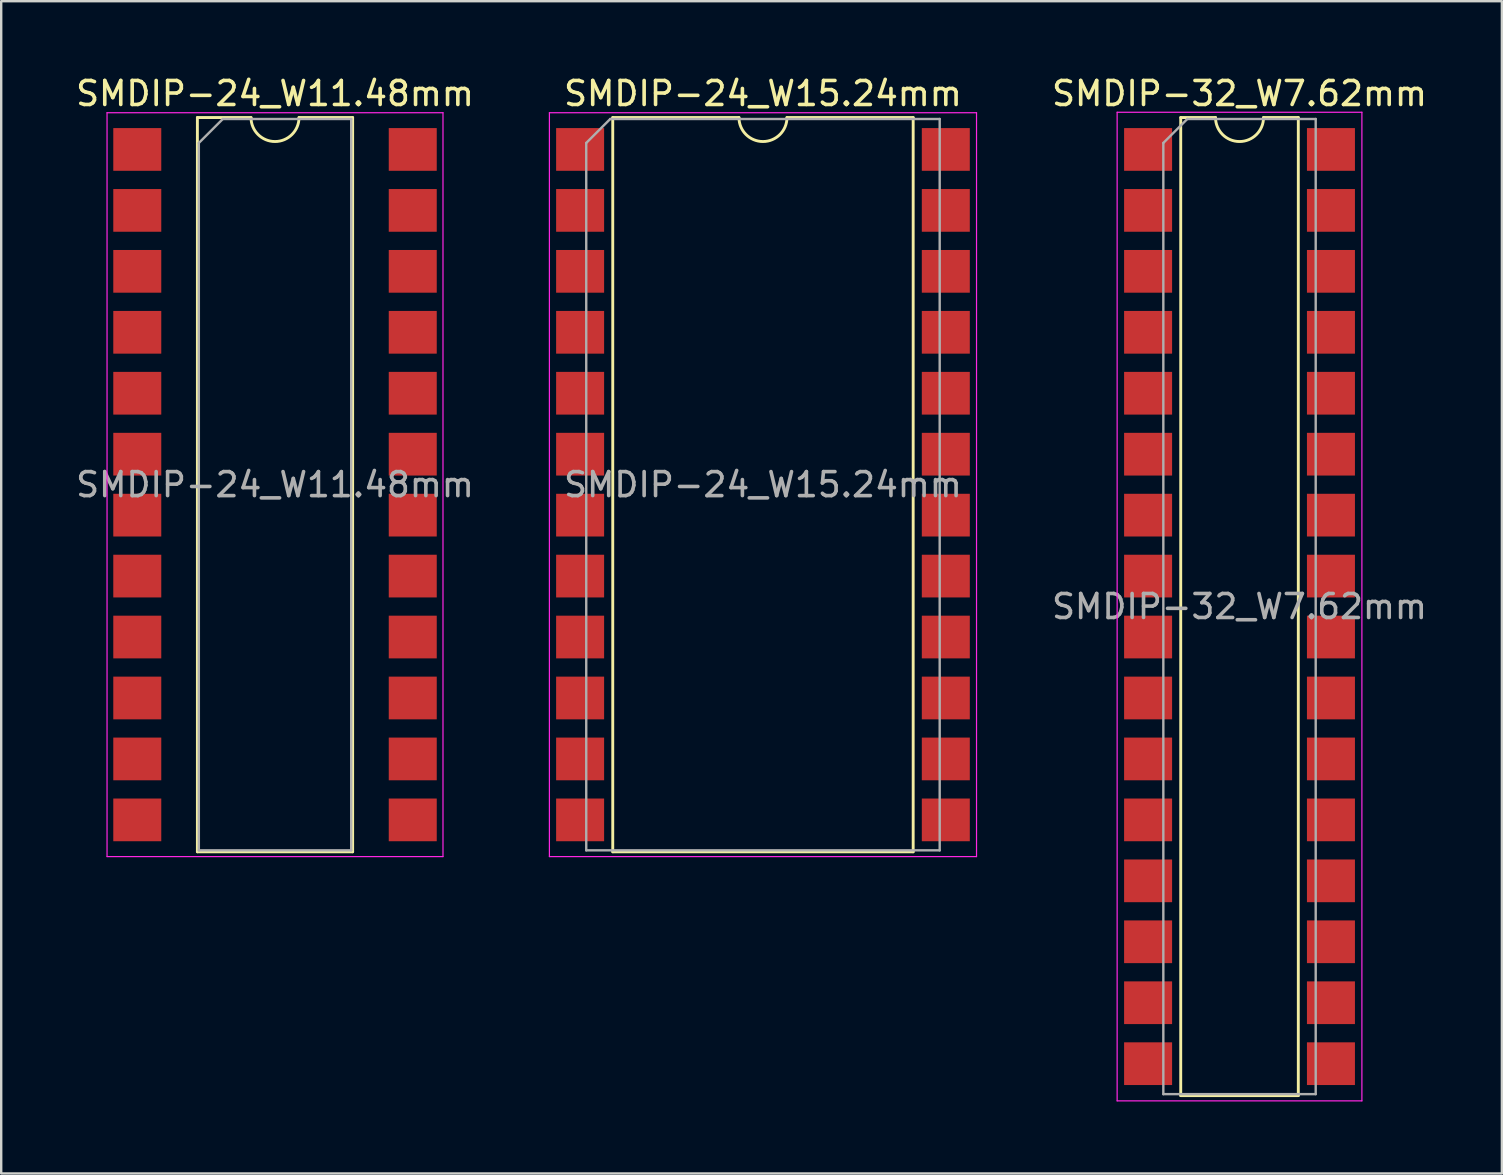
<source format=kicad_pcb>
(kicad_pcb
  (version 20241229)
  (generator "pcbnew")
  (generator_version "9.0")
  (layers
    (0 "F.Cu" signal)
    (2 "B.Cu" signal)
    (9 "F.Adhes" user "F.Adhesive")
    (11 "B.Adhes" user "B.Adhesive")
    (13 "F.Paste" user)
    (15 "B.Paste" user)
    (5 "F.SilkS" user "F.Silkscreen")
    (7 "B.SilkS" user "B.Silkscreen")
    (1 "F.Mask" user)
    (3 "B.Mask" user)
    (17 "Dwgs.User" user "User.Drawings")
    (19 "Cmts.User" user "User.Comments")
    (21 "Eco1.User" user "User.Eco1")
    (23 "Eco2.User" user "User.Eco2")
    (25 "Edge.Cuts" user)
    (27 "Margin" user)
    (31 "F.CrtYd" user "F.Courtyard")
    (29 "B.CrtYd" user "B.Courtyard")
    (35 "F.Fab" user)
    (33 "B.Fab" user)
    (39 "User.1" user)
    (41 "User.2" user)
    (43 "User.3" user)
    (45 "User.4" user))
  (footprint "SMDIP-32_W7.62mm"
    (layer "F.Cu")
    (at 48.606 22.228)
    (property "Reference" "SMDIP-32_W7.62mm" (at 0 -21.38 0) (layer "F.SilkS") (effects (font (size 1 1) (thickness 0.15))))
    (attr smd)
    (fp_line (start -2.45 -20.38) (end -2.45 20.38) (stroke (width 0.12) (type solid)) (layer "F.SilkS"))
    (fp_line (start -2.45 20.38) (end 2.45 20.38) (stroke (width 0.12) (type solid)) (layer "F.SilkS"))
    (fp_line (start -1 -20.38) (end -2.45 -20.38) (stroke (width 0.12) (type solid)) (layer "F.SilkS"))
    (fp_line (start 2.45 -20.38) (end 1 -20.38) (stroke (width 0.12) (type solid)) (layer "F.SilkS"))
    (fp_line (start 2.45 20.38) (end 2.45 -20.38) (stroke (width 0.12) (type solid)) (layer "F.SilkS"))
    (fp_arc (start 1 -20.38) (mid 0 -19.38) (end -1 -20.38) (stroke (width 0.12) (type solid)) (layer "F.SilkS"))
    (fp_line (start -5.1 -20.6) (end -5.1 20.6) (stroke (width 0.05) (type solid)) (layer "F.CrtYd"))
    (fp_line (start -5.1 20.6) (end 5.1 20.6) (stroke (width 0.05) (type solid)) (layer "F.CrtYd"))
    (fp_line (start 5.1 -20.6) (end -5.1 -20.6) (stroke (width 0.05) (type solid)) (layer "F.CrtYd"))
    (fp_line (start 5.1 20.6) (end 5.1 -20.6) (stroke (width 0.05) (type solid)) (layer "F.CrtYd"))
    (fp_line (start -3.175 -19.32) (end -2.175 -20.32) (stroke (width 0.1) (type solid)) (layer "F.Fab"))
    (fp_line (start -3.175 20.32) (end -3.175 -19.32) (stroke (width 0.1) (type solid)) (layer "F.Fab"))
    (fp_line (start -2.175 -20.32) (end 3.175 -20.32) (stroke (width 0.1) (type solid)) (layer "F.Fab"))
    (fp_line (start 3.175 -20.32) (end 3.175 20.32) (stroke (width 0.1) (type solid)) (layer "F.Fab"))
    (fp_line (start 3.175 20.32) (end -3.175 20.32) (stroke (width 0.1) (type solid)) (layer "F.Fab"))
    (fp_text user "${REFERENCE}" (at 0 0 0) (layer "F.Fab") (effects (font (size 1 1) (thickness 0.15))))
    (pad "1" smd rect (at -3.81 -19.05) (size 2 1.78) (layers "F.Cu" "F.Mask" "F.Paste"))
    (pad "2" smd rect (at -3.81 -16.51) (size 2 1.78) (layers "F.Cu" "F.Mask" "F.Paste"))
    (pad "3" smd rect (at -3.81 -13.97) (size 2 1.78) (layers "F.Cu" "F.Mask" "F.Paste"))
    (pad "4" smd rect (at -3.81 -11.43) (size 2 1.78) (layers "F.Cu" "F.Mask" "F.Paste"))
    (pad "5" smd rect (at -3.81 -8.89) (size 2 1.78) (layers "F.Cu" "F.Mask" "F.Paste"))
    (pad "6" smd rect (at -3.81 -6.35) (size 2 1.78) (layers "F.Cu" "F.Mask" "F.Paste"))
    (pad "7" smd rect (at -3.81 -3.81) (size 2 1.78) (layers "F.Cu" "F.Mask" "F.Paste"))
    (pad "8" smd rect (at -3.81 -1.27) (size 2 1.78) (layers "F.Cu" "F.Mask" "F.Paste"))
    (pad "9" smd rect (at -3.81 1.27) (size 2 1.78) (layers "F.Cu" "F.Mask" "F.Paste"))
    (pad "10" smd rect (at -3.81 3.81) (size 2 1.78) (layers "F.Cu" "F.Mask" "F.Paste"))
    (pad "11" smd rect (at -3.81 6.35) (size 2 1.78) (layers "F.Cu" "F.Mask" "F.Paste"))
    (pad "12" smd rect (at -3.81 8.89) (size 2 1.78) (layers "F.Cu" "F.Mask" "F.Paste"))
    (pad "13" smd rect (at -3.81 11.43) (size 2 1.78) (layers "F.Cu" "F.Mask" "F.Paste"))
    (pad "14" smd rect (at -3.81 13.97) (size 2 1.78) (layers "F.Cu" "F.Mask" "F.Paste"))
    (pad "15" smd rect (at -3.81 16.51) (size 2 1.78) (layers "F.Cu" "F.Mask" "F.Paste"))
    (pad "16" smd rect (at -3.81 19.05) (size 2 1.78) (layers "F.Cu" "F.Mask" "F.Paste"))
    (pad "17" smd rect (at 3.81 19.05) (size 2 1.78) (layers "F.Cu" "F.Mask" "F.Paste"))
    (pad "18" smd rect (at 3.81 16.51) (size 2 1.78) (layers "F.Cu" "F.Mask" "F.Paste"))
    (pad "19" smd rect (at 3.81 13.97) (size 2 1.78) (layers "F.Cu" "F.Mask" "F.Paste"))
    (pad "20" smd rect (at 3.81 11.43) (size 2 1.78) (layers "F.Cu" "F.Mask" "F.Paste"))
    (pad "21" smd rect (at 3.81 8.89) (size 2 1.78) (layers "F.Cu" "F.Mask" "F.Paste"))
    (pad "22" smd rect (at 3.81 6.35) (size 2 1.78) (layers "F.Cu" "F.Mask" "F.Paste"))
    (pad "23" smd rect (at 3.81 3.81) (size 2 1.78) (layers "F.Cu" "F.Mask" "F.Paste"))
    (pad "24" smd rect (at 3.81 1.27) (size 2 1.78) (layers "F.Cu" "F.Mask" "F.Paste"))
    (pad "25" smd rect (at 3.81 -1.27) (size 2 1.78) (layers "F.Cu" "F.Mask" "F.Paste"))
    (pad "26" smd rect (at 3.81 -3.81) (size 2 1.78) (layers "F.Cu" "F.Mask" "F.Paste"))
    (pad "27" smd rect (at 3.81 -6.35) (size 2 1.78) (layers "F.Cu" "F.Mask" "F.Paste"))
    (pad "28" smd rect (at 3.81 -8.89) (size 2 1.78) (layers "F.Cu" "F.Mask" "F.Paste"))
    (pad "29" smd rect (at 3.81 -11.43) (size 2 1.78) (layers "F.Cu" "F.Mask" "F.Paste"))
    (pad "30" smd rect (at 3.81 -13.97) (size 2 1.78) (layers "F.Cu" "F.Mask" "F.Paste"))
    (pad "31" smd rect (at 3.81 -16.51) (size 2 1.78) (layers "F.Cu" "F.Mask" "F.Paste"))
    (pad "32" smd rect (at 3.81 -19.05) (size 2 1.78) (layers "F.Cu" "F.Mask" "F.Paste")))
  (footprint "SMDIP-24_W15.24mm"
    (layer "F.Cu")
    (at 28.746 17.148)
    (property "Reference" "SMDIP-24_W15.24mm" (at 0 -16.3 0) (layer "F.SilkS") (effects (font (size 1 1) (thickness 0.15))))
    (attr smd)
    (fp_line (start -6.26 -15.3) (end -6.26 15.3) (stroke (width 0.12) (type solid)) (layer "F.SilkS"))
    (fp_line (start -6.26 15.3) (end 6.26 15.3) (stroke (width 0.12) (type solid)) (layer "F.SilkS"))
    (fp_line (start -1 -15.3) (end -6.26 -15.3) (stroke (width 0.12) (type solid)) (layer "F.SilkS"))
    (fp_line (start 6.26 -15.3) (end 1 -15.3) (stroke (width 0.12) (type solid)) (layer "F.SilkS"))
    (fp_line (start 6.26 15.3) (end 6.26 -15.3) (stroke (width 0.12) (type solid)) (layer "F.SilkS"))
    (fp_arc (start 1 -15.3) (mid 0 -14.3) (end -1 -15.3) (stroke (width 0.12) (type solid)) (layer "F.SilkS"))
    (fp_line (start -8.9 -15.5) (end -8.9 15.5) (stroke (width 0.05) (type solid)) (layer "F.CrtYd"))
    (fp_line (start -8.9 15.5) (end 8.9 15.5) (stroke (width 0.05) (type solid)) (layer "F.CrtYd"))
    (fp_line (start 8.9 -15.5) (end -8.9 -15.5) (stroke (width 0.05) (type solid)) (layer "F.CrtYd"))
    (fp_line (start 8.9 15.5) (end 8.9 -15.5) (stroke (width 0.05) (type solid)) (layer "F.CrtYd"))
    (fp_line (start -7.365 -14.24) (end -6.365 -15.24) (stroke (width 0.1) (type solid)) (layer "F.Fab"))
    (fp_line (start -7.365 15.24) (end -7.365 -14.24) (stroke (width 0.1) (type solid)) (layer "F.Fab"))
    (fp_line (start -6.365 -15.24) (end 7.365 -15.24) (stroke (width 0.1) (type solid)) (layer "F.Fab"))
    (fp_line (start 7.365 -15.24) (end 7.365 15.24) (stroke (width 0.1) (type solid)) (layer "F.Fab"))
    (fp_line (start 7.365 15.24) (end -7.365 15.24) (stroke (width 0.1) (type solid)) (layer "F.Fab"))
    (fp_text user "${REFERENCE}" (at 0 0 0) (layer "F.Fab") (effects (font (size 1 1) (thickness 0.15))))
    (pad "1" smd rect (at -7.62 -13.97) (size 2 1.78) (layers "F.Cu" "F.Mask" "F.Paste"))
    (pad "2" smd rect (at -7.62 -11.43) (size 2 1.78) (layers "F.Cu" "F.Mask" "F.Paste"))
    (pad "3" smd rect (at -7.62 -8.89) (size 2 1.78) (layers "F.Cu" "F.Mask" "F.Paste"))
    (pad "4" smd rect (at -7.62 -6.35) (size 2 1.78) (layers "F.Cu" "F.Mask" "F.Paste"))
    (pad "5" smd rect (at -7.62 -3.81) (size 2 1.78) (layers "F.Cu" "F.Mask" "F.Paste"))
    (pad "6" smd rect (at -7.62 -1.27) (size 2 1.78) (layers "F.Cu" "F.Mask" "F.Paste"))
    (pad "7" smd rect (at -7.62 1.27) (size 2 1.78) (layers "F.Cu" "F.Mask" "F.Paste"))
    (pad "8" smd rect (at -7.62 3.81) (size 2 1.78) (layers "F.Cu" "F.Mask" "F.Paste"))
    (pad "9" smd rect (at -7.62 6.35) (size 2 1.78) (layers "F.Cu" "F.Mask" "F.Paste"))
    (pad "10" smd rect (at -7.62 8.89) (size 2 1.78) (layers "F.Cu" "F.Mask" "F.Paste"))
    (pad "11" smd rect (at -7.62 11.43) (size 2 1.78) (layers "F.Cu" "F.Mask" "F.Paste"))
    (pad "12" smd rect (at -7.62 13.97) (size 2 1.78) (layers "F.Cu" "F.Mask" "F.Paste"))
    (pad "13" smd rect (at 7.62 13.97) (size 2 1.78) (layers "F.Cu" "F.Mask" "F.Paste"))
    (pad "14" smd rect (at 7.62 11.43) (size 2 1.78) (layers "F.Cu" "F.Mask" "F.Paste"))
    (pad "15" smd rect (at 7.62 8.89) (size 2 1.78) (layers "F.Cu" "F.Mask" "F.Paste"))
    (pad "16" smd rect (at 7.62 6.35) (size 2 1.78) (layers "F.Cu" "F.Mask" "F.Paste"))
    (pad "17" smd rect (at 7.62 3.81) (size 2 1.78) (layers "F.Cu" "F.Mask" "F.Paste"))
    (pad "18" smd rect (at 7.62 1.27) (size 2 1.78) (layers "F.Cu" "F.Mask" "F.Paste"))
    (pad "19" smd rect (at 7.62 -1.27) (size 2 1.78) (layers "F.Cu" "F.Mask" "F.Paste"))
    (pad "20" smd rect (at 7.62 -3.81) (size 2 1.78) (layers "F.Cu" "F.Mask" "F.Paste"))
    (pad "21" smd rect (at 7.62 -6.35) (size 2 1.78) (layers "F.Cu" "F.Mask" "F.Paste"))
    (pad "22" smd rect (at 7.62 -8.89) (size 2 1.78) (layers "F.Cu" "F.Mask" "F.Paste"))
    (pad "23" smd rect (at 7.62 -11.43) (size 2 1.78) (layers "F.Cu" "F.Mask" "F.Paste"))
    (pad "24" smd rect (at 7.62 -13.97) (size 2 1.78) (layers "F.Cu" "F.Mask" "F.Paste")))
  (footprint "SMDIP-24_W11.48mm"
    (layer "F.Cu")
    (at 8.411 17.148)
    (property "Reference" "SMDIP-24_W11.48mm" (at 0 -16.3 0) (layer "F.SilkS") (effects (font (size 1 1) (thickness 0.15))))
    (attr smd)
    (fp_line (start -3.235 -15.3) (end -3.235 15.3) (stroke (width 0.12) (type solid)) (layer "F.SilkS"))
    (fp_line (start -3.235 15.3) (end 3.235 15.3) (stroke (width 0.12) (type solid)) (layer "F.SilkS"))
    (fp_line (start -1 -15.3) (end -3.235 -15.3) (stroke (width 0.12) (type solid)) (layer "F.SilkS"))
    (fp_line (start 3.235 -15.3) (end 1 -15.3) (stroke (width 0.12) (type solid)) (layer "F.SilkS"))
    (fp_line (start 3.235 15.3) (end 3.235 -15.3) (stroke (width 0.12) (type solid)) (layer "F.SilkS"))
    (fp_arc (start 1 -15.3) (mid 0 -14.3) (end -1 -15.3) (stroke (width 0.12) (type solid)) (layer "F.SilkS"))
    (fp_line (start -7 -15.5) (end -7 15.5) (stroke (width 0.05) (type solid)) (layer "F.CrtYd"))
    (fp_line (start -7 15.5) (end 7 15.5) (stroke (width 0.05) (type solid)) (layer "F.CrtYd"))
    (fp_line (start 7 -15.5) (end -7 -15.5) (stroke (width 0.05) (type solid)) (layer "F.CrtYd"))
    (fp_line (start 7 15.5) (end 7 -15.5) (stroke (width 0.05) (type solid)) (layer "F.CrtYd"))
    (fp_line (start -3.175 -14.24) (end -2.175 -15.24) (stroke (width 0.1) (type solid)) (layer "F.Fab"))
    (fp_line (start -3.175 15.24) (end -3.175 -14.24) (stroke (width 0.1) (type solid)) (layer "F.Fab"))
    (fp_line (start -2.175 -15.24) (end 3.175 -15.24) (stroke (width 0.1) (type solid)) (layer "F.Fab"))
    (fp_line (start 3.175 -15.24) (end 3.175 15.24) (stroke (width 0.1) (type solid)) (layer "F.Fab"))
    (fp_line (start 3.175 15.24) (end -3.175 15.24) (stroke (width 0.1) (type solid)) (layer "F.Fab"))
    (fp_text user "${REFERENCE}" (at 0 0 0) (layer "F.Fab") (effects (font (size 1 1) (thickness 0.15))))
    (pad "1" smd rect (at -5.74 -13.97) (size 2 1.78) (layers "F.Cu" "F.Mask" "F.Paste"))
    (pad "2" smd rect (at -5.74 -11.43) (size 2 1.78) (layers "F.Cu" "F.Mask" "F.Paste"))
    (pad "3" smd rect (at -5.74 -8.89) (size 2 1.78) (layers "F.Cu" "F.Mask" "F.Paste"))
    (pad "4" smd rect (at -5.74 -6.35) (size 2 1.78) (layers "F.Cu" "F.Mask" "F.Paste"))
    (pad "5" smd rect (at -5.74 -3.81) (size 2 1.78) (layers "F.Cu" "F.Mask" "F.Paste"))
    (pad "6" smd rect (at -5.74 -1.27) (size 2 1.78) (layers "F.Cu" "F.Mask" "F.Paste"))
    (pad "7" smd rect (at -5.74 1.27) (size 2 1.78) (layers "F.Cu" "F.Mask" "F.Paste"))
    (pad "8" smd rect (at -5.74 3.81) (size 2 1.78) (layers "F.Cu" "F.Mask" "F.Paste"))
    (pad "9" smd rect (at -5.74 6.35) (size 2 1.78) (layers "F.Cu" "F.Mask" "F.Paste"))
    (pad "10" smd rect (at -5.74 8.89) (size 2 1.78) (layers "F.Cu" "F.Mask" "F.Paste"))
    (pad "11" smd rect (at -5.74 11.43) (size 2 1.78) (layers "F.Cu" "F.Mask" "F.Paste"))
    (pad "12" smd rect (at -5.74 13.97) (size 2 1.78) (layers "F.Cu" "F.Mask" "F.Paste"))
    (pad "13" smd rect (at 5.74 13.97) (size 2 1.78) (layers "F.Cu" "F.Mask" "F.Paste"))
    (pad "14" smd rect (at 5.74 11.43) (size 2 1.78) (layers "F.Cu" "F.Mask" "F.Paste"))
    (pad "15" smd rect (at 5.74 8.89) (size 2 1.78) (layers "F.Cu" "F.Mask" "F.Paste"))
    (pad "16" smd rect (at 5.74 6.35) (size 2 1.78) (layers "F.Cu" "F.Mask" "F.Paste"))
    (pad "17" smd rect (at 5.74 3.81) (size 2 1.78) (layers "F.Cu" "F.Mask" "F.Paste"))
    (pad "18" smd rect (at 5.74 1.27) (size 2 1.78) (layers "F.Cu" "F.Mask" "F.Paste"))
    (pad "19" smd rect (at 5.74 -1.27) (size 2 1.78) (layers "F.Cu" "F.Mask" "F.Paste"))
    (pad "20" smd rect (at 5.74 -3.81) (size 2 1.78) (layers "F.Cu" "F.Mask" "F.Paste"))
    (pad "21" smd rect (at 5.74 -6.35) (size 2 1.78) (layers "F.Cu" "F.Mask" "F.Paste"))
    (pad "22" smd rect (at 5.74 -8.89) (size 2 1.78) (layers "F.Cu" "F.Mask" "F.Paste"))
    (pad "23" smd rect (at 5.74 -11.43) (size 2 1.78) (layers "F.Cu" "F.Mask" "F.Paste"))
    (pad "24" smd rect (at 5.74 -13.97) (size 2 1.78) (layers "F.Cu" "F.Mask" "F.Paste")))
  (gr_rect
    (start -3 -3)
    (end 59.54 45.853)
    (stroke (width 0.1) (type default))
    (fill no)
    (layer "Edge.Cuts")))
</source>
